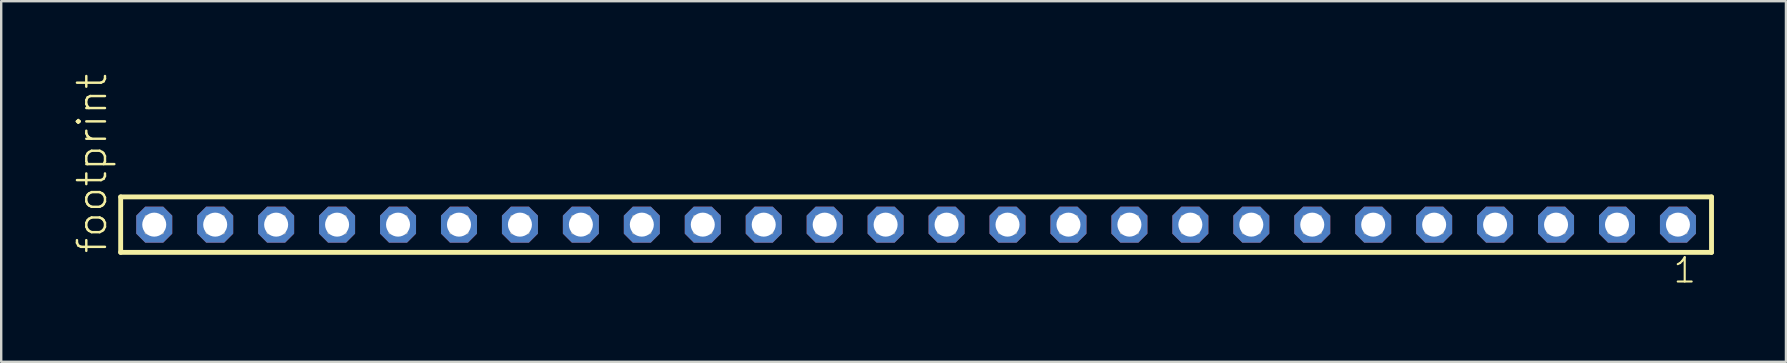
<source format=kicad_pcb>
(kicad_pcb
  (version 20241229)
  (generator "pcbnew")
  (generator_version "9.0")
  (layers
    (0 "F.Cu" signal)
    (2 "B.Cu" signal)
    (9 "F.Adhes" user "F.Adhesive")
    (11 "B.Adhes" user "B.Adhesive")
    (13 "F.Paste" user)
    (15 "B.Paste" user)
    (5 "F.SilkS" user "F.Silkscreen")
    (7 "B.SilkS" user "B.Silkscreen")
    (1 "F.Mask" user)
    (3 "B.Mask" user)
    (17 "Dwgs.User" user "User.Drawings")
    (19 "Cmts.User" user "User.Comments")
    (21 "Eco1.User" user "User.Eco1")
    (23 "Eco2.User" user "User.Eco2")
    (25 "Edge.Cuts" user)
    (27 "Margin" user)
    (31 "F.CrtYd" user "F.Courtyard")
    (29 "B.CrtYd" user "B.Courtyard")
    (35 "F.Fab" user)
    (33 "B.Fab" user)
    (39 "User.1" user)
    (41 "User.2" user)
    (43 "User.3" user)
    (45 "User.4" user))
  (footprint "footprint"
    (layer "F.Cu")
    (at 35.128 6.312)
    (property "Reference" "footprint" (at -33.655 1.27 90) (layer "F.SilkS") (effects (font (size 1.168 1.168) (thickness 0.102)) (justify left bottom)))
    (fp_line (start -33.149 -1.155) (end 33.149 -1.155) (stroke (width 0.203) (type solid)) (layer "F.SilkS"))
    (fp_line (start -33.149 1.155) (end -33.149 -1.155) (stroke (width 0.203) (type solid)) (layer "F.SilkS"))
    (fp_line (start 33.149 -1.155) (end 33.149 1.155) (stroke (width 0.203) (type solid)) (layer "F.SilkS"))
    (fp_line (start 33.149 1.155) (end -33.149 1.155) (stroke (width 0.203) (type solid)) (layer "F.SilkS"))
    (fp_poly (pts (xy -32.1 0.35) (xy -31.4 0.35) (xy -31.4 -0.35) (xy -32.1 -0.35)) (stroke (width 0.1) (type solid)) (fill no) (layer "F.Fab"))
    (fp_poly (pts (xy -29.56 0.35) (xy -28.86 0.35) (xy -28.86 -0.35) (xy -29.56 -0.35)) (stroke (width 0.1) (type solid)) (fill no) (layer "F.Fab"))
    (fp_poly (pts (xy -27.02 0.35) (xy -26.32 0.35) (xy -26.32 -0.35) (xy -27.02 -0.35)) (stroke (width 0.1) (type solid)) (fill no) (layer "F.Fab"))
    (fp_poly (pts (xy -24.48 0.35) (xy -23.78 0.35) (xy -23.78 -0.35) (xy -24.48 -0.35)) (stroke (width 0.1) (type solid)) (fill no) (layer "F.Fab"))
    (fp_poly (pts (xy -21.94 0.35) (xy -21.24 0.35) (xy -21.24 -0.35) (xy -21.94 -0.35)) (stroke (width 0.1) (type solid)) (fill no) (layer "F.Fab"))
    (fp_poly (pts (xy -19.4 0.35) (xy -18.7 0.35) (xy -18.7 -0.35) (xy -19.4 -0.35)) (stroke (width 0.1) (type solid)) (fill no) (layer "F.Fab"))
    (fp_poly (pts (xy -16.86 0.35) (xy -16.16 0.35) (xy -16.16 -0.35) (xy -16.86 -0.35)) (stroke (width 0.1) (type solid)) (fill no) (layer "F.Fab"))
    (fp_poly (pts (xy -14.32 0.35) (xy -13.62 0.35) (xy -13.62 -0.35) (xy -14.32 -0.35)) (stroke (width 0.1) (type solid)) (fill no) (layer "F.Fab"))
    (fp_poly (pts (xy -11.78 0.35) (xy -11.08 0.35) (xy -11.08 -0.35) (xy -11.78 -0.35)) (stroke (width 0.1) (type solid)) (fill no) (layer "F.Fab"))
    (fp_poly (pts (xy -9.24 0.35) (xy -8.54 0.35) (xy -8.54 -0.35) (xy -9.24 -0.35)) (stroke (width 0.1) (type solid)) (fill no) (layer "F.Fab"))
    (fp_poly (pts (xy -6.7 0.35) (xy -6 0.35) (xy -6 -0.35) (xy -6.7 -0.35)) (stroke (width 0.1) (type solid)) (fill no) (layer "F.Fab"))
    (fp_poly (pts (xy -4.16 0.35) (xy -3.46 0.35) (xy -3.46 -0.35) (xy -4.16 -0.35)) (stroke (width 0.1) (type solid)) (fill no) (layer "F.Fab"))
    (fp_poly (pts (xy -1.62 0.35) (xy -0.92 0.35) (xy -0.92 -0.35) (xy -1.62 -0.35)) (stroke (width 0.1) (type solid)) (fill no) (layer "F.Fab"))
    (fp_poly (pts (xy 0.92 0.35) (xy 1.62 0.35) (xy 1.62 -0.35) (xy 0.92 -0.35)) (stroke (width 0.1) (type solid)) (fill no) (layer "F.Fab"))
    (fp_poly (pts (xy 3.46 0.35) (xy 4.16 0.35) (xy 4.16 -0.35) (xy 3.46 -0.35)) (stroke (width 0.1) (type solid)) (fill no) (layer "F.Fab"))
    (fp_poly (pts (xy 6 0.35) (xy 6.7 0.35) (xy 6.7 -0.35) (xy 6 -0.35)) (stroke (width 0.1) (type solid)) (fill no) (layer "F.Fab"))
    (fp_poly (pts (xy 8.54 0.35) (xy 9.24 0.35) (xy 9.24 -0.35) (xy 8.54 -0.35)) (stroke (width 0.1) (type solid)) (fill no) (layer "F.Fab"))
    (fp_poly (pts (xy 11.08 0.35) (xy 11.78 0.35) (xy 11.78 -0.35) (xy 11.08 -0.35)) (stroke (width 0.1) (type solid)) (fill no) (layer "F.Fab"))
    (fp_poly (pts (xy 13.62 0.35) (xy 14.32 0.35) (xy 14.32 -0.35) (xy 13.62 -0.35)) (stroke (width 0.1) (type solid)) (fill no) (layer "F.Fab"))
    (fp_poly (pts (xy 16.16 0.35) (xy 16.86 0.35) (xy 16.86 -0.35) (xy 16.16 -0.35)) (stroke (width 0.1) (type solid)) (fill no) (layer "F.Fab"))
    (fp_poly (pts (xy 18.7 0.35) (xy 19.4 0.35) (xy 19.4 -0.35) (xy 18.7 -0.35)) (stroke (width 0.1) (type solid)) (fill no) (layer "F.Fab"))
    (fp_poly (pts (xy 21.24 0.35) (xy 21.94 0.35) (xy 21.94 -0.35) (xy 21.24 -0.35)) (stroke (width 0.1) (type solid)) (fill no) (layer "F.Fab"))
    (fp_poly (pts (xy 23.78 0.35) (xy 24.48 0.35) (xy 24.48 -0.35) (xy 23.78 -0.35)) (stroke (width 0.1) (type solid)) (fill no) (layer "F.Fab"))
    (fp_poly (pts (xy 26.32 0.35) (xy 27.02 0.35) (xy 27.02 -0.35) (xy 26.32 -0.35)) (stroke (width 0.1) (type solid)) (fill no) (layer "F.Fab"))
    (fp_poly (pts (xy 28.86 0.35) (xy 29.56 0.35) (xy 29.56 -0.35) (xy 28.86 -0.35)) (stroke (width 0.1) (type solid)) (fill no) (layer "F.Fab"))
    (fp_poly (pts (xy 31.4 0.35) (xy 32.1 0.35) (xy 32.1 -0.35) (xy 31.4 -0.35)) (stroke (width 0.1) (type solid)) (fill no) (layer "F.Fab"))
    (fp_text user "1" (at 31.492 2.498 0) (layer "F.SilkS") (effects (font (size 1.012 1.012) (thickness 0.088)) (justify left bottom)))
    (pad "1" thru_hole roundrect (at 31.75 0 180) (size 1.5 1.5) (drill 1) (layers "*.Cu" "*.Mask") (roundrect_rratio 0.25) (chamfer_ratio 0.25) (chamfer top_left top_right bottom_left bottom_right))
    (pad "2" thru_hole roundrect (at 29.21 0 180) (size 1.5 1.5) (drill 1) (layers "*.Cu" "*.Mask") (roundrect_rratio 0.25) (chamfer_ratio 0.25) (chamfer top_left top_right bottom_left bottom_right))
    (pad "3" thru_hole roundrect (at 26.67 0 180) (size 1.5 1.5) (drill 1) (layers "*.Cu" "*.Mask") (roundrect_rratio 0.25) (chamfer_ratio 0.25) (chamfer top_left top_right bottom_left bottom_right))
    (pad "4" thru_hole roundrect (at 24.13 0 180) (size 1.5 1.5) (drill 1) (layers "*.Cu" "*.Mask") (roundrect_rratio 0.25) (chamfer_ratio 0.25) (chamfer top_left top_right bottom_left bottom_right))
    (pad "5" thru_hole roundrect (at 21.59 0 180) (size 1.5 1.5) (drill 1) (layers "*.Cu" "*.Mask") (roundrect_rratio 0.25) (chamfer_ratio 0.25) (chamfer top_left top_right bottom_left bottom_right))
    (pad "6" thru_hole roundrect (at 19.05 0 180) (size 1.5 1.5) (drill 1) (layers "*.Cu" "*.Mask") (roundrect_rratio 0.25) (chamfer_ratio 0.25) (chamfer top_left top_right bottom_left bottom_right))
    (pad "7" thru_hole roundrect (at 16.51 0 180) (size 1.5 1.5) (drill 1) (layers "*.Cu" "*.Mask") (roundrect_rratio 0.25) (chamfer_ratio 0.25) (chamfer top_left top_right bottom_left bottom_right))
    (pad "8" thru_hole roundrect (at 13.97 0 180) (size 1.5 1.5) (drill 1) (layers "*.Cu" "*.Mask") (roundrect_rratio 0.25) (chamfer_ratio 0.25) (chamfer top_left top_right bottom_left bottom_right))
    (pad "9" thru_hole roundrect (at 11.43 0 180) (size 1.5 1.5) (drill 1) (layers "*.Cu" "*.Mask") (roundrect_rratio 0.25) (chamfer_ratio 0.25) (chamfer top_left top_right bottom_left bottom_right))
    (pad "10" thru_hole roundrect (at 8.89 0 180) (size 1.5 1.5) (drill 1) (layers "*.Cu" "*.Mask") (roundrect_rratio 0.25) (chamfer_ratio 0.25) (chamfer top_left top_right bottom_left bottom_right))
    (pad "11" thru_hole roundrect (at 6.35 0 180) (size 1.5 1.5) (drill 1) (layers "*.Cu" "*.Mask") (roundrect_rratio 0.25) (chamfer_ratio 0.25) (chamfer top_left top_right bottom_left bottom_right))
    (pad "12" thru_hole roundrect (at 3.81 0 180) (size 1.5 1.5) (drill 1) (layers "*.Cu" "*.Mask") (roundrect_rratio 0.25) (chamfer_ratio 0.25) (chamfer top_left top_right bottom_left bottom_right))
    (pad "13" thru_hole roundrect (at 1.27 0 180) (size 1.5 1.5) (drill 1) (layers "*.Cu" "*.Mask") (roundrect_rratio 0.25) (chamfer_ratio 0.25) (chamfer top_left top_right bottom_left bottom_right))
    (pad "14" thru_hole roundrect (at -1.27 0 180) (size 1.5 1.5) (drill 1) (layers "*.Cu" "*.Mask") (roundrect_rratio 0.25) (chamfer_ratio 0.25) (chamfer top_left top_right bottom_left bottom_right))
    (pad "15" thru_hole roundrect (at -3.81 0 180) (size 1.5 1.5) (drill 1) (layers "*.Cu" "*.Mask") (roundrect_rratio 0.25) (chamfer_ratio 0.25) (chamfer top_left top_right bottom_left bottom_right))
    (pad "16" thru_hole roundrect (at -6.35 0 180) (size 1.5 1.5) (drill 1) (layers "*.Cu" "*.Mask") (roundrect_rratio 0.25) (chamfer_ratio 0.25) (chamfer top_left top_right bottom_left bottom_right))
    (pad "17" thru_hole roundrect (at -8.89 0 180) (size 1.5 1.5) (drill 1) (layers "*.Cu" "*.Mask") (roundrect_rratio 0.25) (chamfer_ratio 0.25) (chamfer top_left top_right bottom_left bottom_right))
    (pad "18" thru_hole roundrect (at -11.43 0 180) (size 1.5 1.5) (drill 1) (layers "*.Cu" "*.Mask") (roundrect_rratio 0.25) (chamfer_ratio 0.25) (chamfer top_left top_right bottom_left bottom_right))
    (pad "19" thru_hole roundrect (at -13.97 0 180) (size 1.5 1.5) (drill 1) (layers "*.Cu" "*.Mask") (roundrect_rratio 0.25) (chamfer_ratio 0.25) (chamfer top_left top_right bottom_left bottom_right))
    (pad "20" thru_hole roundrect (at -16.51 0 180) (size 1.5 1.5) (drill 1) (layers "*.Cu" "*.Mask") (roundrect_rratio 0.25) (chamfer_ratio 0.25) (chamfer top_left top_right bottom_left bottom_right))
    (pad "21" thru_hole roundrect (at -19.05 0 180) (size 1.5 1.5) (drill 1) (layers "*.Cu" "*.Mask") (roundrect_rratio 0.25) (chamfer_ratio 0.25) (chamfer top_left top_right bottom_left bottom_right))
    (pad "22" thru_hole roundrect (at -21.59 0 180) (size 1.5 1.5) (drill 1) (layers "*.Cu" "*.Mask") (roundrect_rratio 0.25) (chamfer_ratio 0.25) (chamfer top_left top_right bottom_left bottom_right))
    (pad "23" thru_hole roundrect (at -24.13 0 180) (size 1.5 1.5) (drill 1) (layers "*.Cu" "*.Mask") (roundrect_rratio 0.25) (chamfer_ratio 0.25) (chamfer top_left top_right bottom_left bottom_right))
    (pad "24" thru_hole roundrect (at -26.67 0 180) (size 1.5 1.5) (drill 1) (layers "*.Cu" "*.Mask") (roundrect_rratio 0.25) (chamfer_ratio 0.25) (chamfer top_left top_right bottom_left bottom_right))
    (pad "25" thru_hole roundrect (at -29.21 0 180) (size 1.5 1.5) (drill 1) (layers "*.Cu" "*.Mask") (roundrect_rratio 0.25) (chamfer_ratio 0.25) (chamfer top_left top_right bottom_left bottom_right))
    (pad "26" thru_hole roundrect (at -31.75 0 180) (size 1.5 1.5) (drill 1) (layers "*.Cu" "*.Mask") (roundrect_rratio 0.25) (chamfer_ratio 0.25) (chamfer top_left top_right bottom_left bottom_right)))
  (gr_rect
    (start -3 -3)
    (end 71.379 12.027)
    (stroke (width 0.1) (type default))
    (fill no)
    (layer "Edge.Cuts")))
</source>
